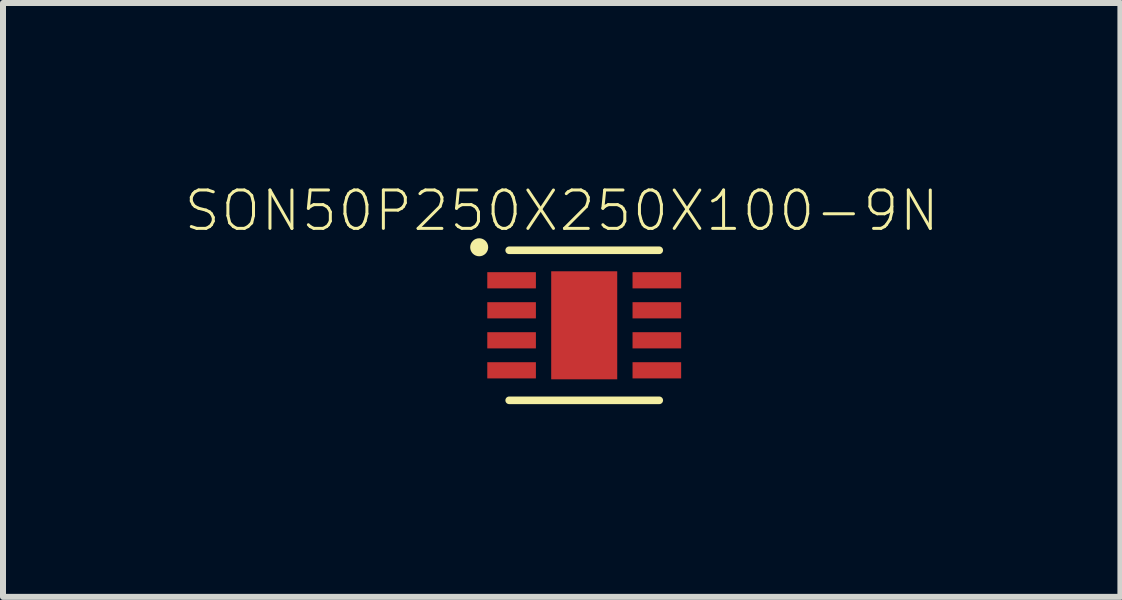
<source format=kicad_pcb>
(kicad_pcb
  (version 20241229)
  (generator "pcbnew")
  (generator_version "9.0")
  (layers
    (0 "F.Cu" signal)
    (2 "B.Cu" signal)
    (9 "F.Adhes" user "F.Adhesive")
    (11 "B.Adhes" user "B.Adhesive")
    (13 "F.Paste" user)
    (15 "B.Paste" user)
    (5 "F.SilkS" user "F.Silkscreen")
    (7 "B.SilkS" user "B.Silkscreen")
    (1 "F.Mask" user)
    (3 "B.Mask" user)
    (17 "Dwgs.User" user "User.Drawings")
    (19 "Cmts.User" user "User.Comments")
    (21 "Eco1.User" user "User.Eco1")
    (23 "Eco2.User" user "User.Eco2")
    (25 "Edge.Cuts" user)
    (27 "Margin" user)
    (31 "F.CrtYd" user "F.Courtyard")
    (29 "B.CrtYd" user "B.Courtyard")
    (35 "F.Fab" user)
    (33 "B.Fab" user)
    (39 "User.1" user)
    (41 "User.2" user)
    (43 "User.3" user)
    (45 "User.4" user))
  (footprint "SON50P250X250X100-9N"
    (layer "F.Cu")
    (at 6.684 2.37)
    (property "Reference" "SON50P250X250X100-9N" (at -0.375 -1.908 0) (layer "F.SilkS") (effects (font (size 0.64 0.64) (thickness 0.05))))
    (attr smd)
    (fp_line (start -1.25 -1.25) (end 1.25 -1.25) (stroke (width 0.127) (type solid)) (layer "F.SilkS"))
    (fp_line (start 1.25 1.25) (end -1.25 1.25) (stroke (width 0.127) (type solid)) (layer "F.SilkS"))
    (fp_circle (center -1.75 -1.3) (end -1.6 -1.3) (stroke (width 0) (type solid)) (fill yes) (layer "F.SilkS"))
    (fp_poly (pts (xy -0.451 -0.8) (xy 0.45 -0.8) (xy 0.45 0.801) (xy -0.451 0.801)) (stroke (width 0) (type solid)) (fill yes) (layer "F.Paste"))
    (fp_line (start -2 -1.5) (end 2 -1.5) (stroke (width 0.05) (type solid)) (layer "Eco1.User"))
    (fp_line (start -2 1.5) (end -2 -1.5) (stroke (width 0.05) (type solid)) (layer "Eco1.User"))
    (fp_line (start 2 -1.5) (end 2 1.5) (stroke (width 0.05) (type solid)) (layer "Eco1.User"))
    (fp_line (start 2 1.5) (end -2 1.5) (stroke (width 0.05) (type solid)) (layer "Eco1.User"))
    (fp_line (start -1.25 1.25) (end -1.25 -1.25) (stroke (width 0.127) (type solid)) (layer "Eco2.User"))
    (fp_line (start 1.25 -1.25) (end 1.25 1.25) (stroke (width 0.127) (type solid)) (layer "Eco2.User"))
    (pad "1" smd rect (at -1.21 -0.75) (size 0.81 0.27) (layers "F.Cu" "F.Mask" "F.Paste"))
    (pad "2" smd rect (at -1.21 -0.25) (size 0.81 0.27) (layers "F.Cu" "F.Mask" "F.Paste"))
    (pad "3" smd rect (at -1.21 0.25) (size 0.81 0.27) (layers "F.Cu" "F.Mask" "F.Paste"))
    (pad "4" smd rect (at -1.21 0.75) (size 0.81 0.27) (layers "F.Cu" "F.Mask" "F.Paste"))
    (pad "5" smd rect (at 1.21 0.75 180) (size 0.81 0.27) (layers "F.Cu" "F.Mask" "F.Paste"))
    (pad "6" smd rect (at 1.21 0.25 180) (size 0.81 0.27) (layers "F.Cu" "F.Mask" "F.Paste"))
    (pad "7" smd rect (at 1.21 -0.25 180) (size 0.81 0.27) (layers "F.Cu" "F.Mask" "F.Paste"))
    (pad "8" smd rect (at 1.21 -0.75 180) (size 0.81 0.27) (layers "F.Cu" "F.Mask" "F.Paste"))
    (pad "9" smd rect (at 0 0 180) (size 1.1 1.8) (layers "F.Cu" "F.Mask" "F.Paste")))
  (gr_rect
    (start -3 -3)
    (end 15.618 6.895)
    (stroke (width 0.1) (type default))
    (fill no)
    (layer "Edge.Cuts")))
</source>
